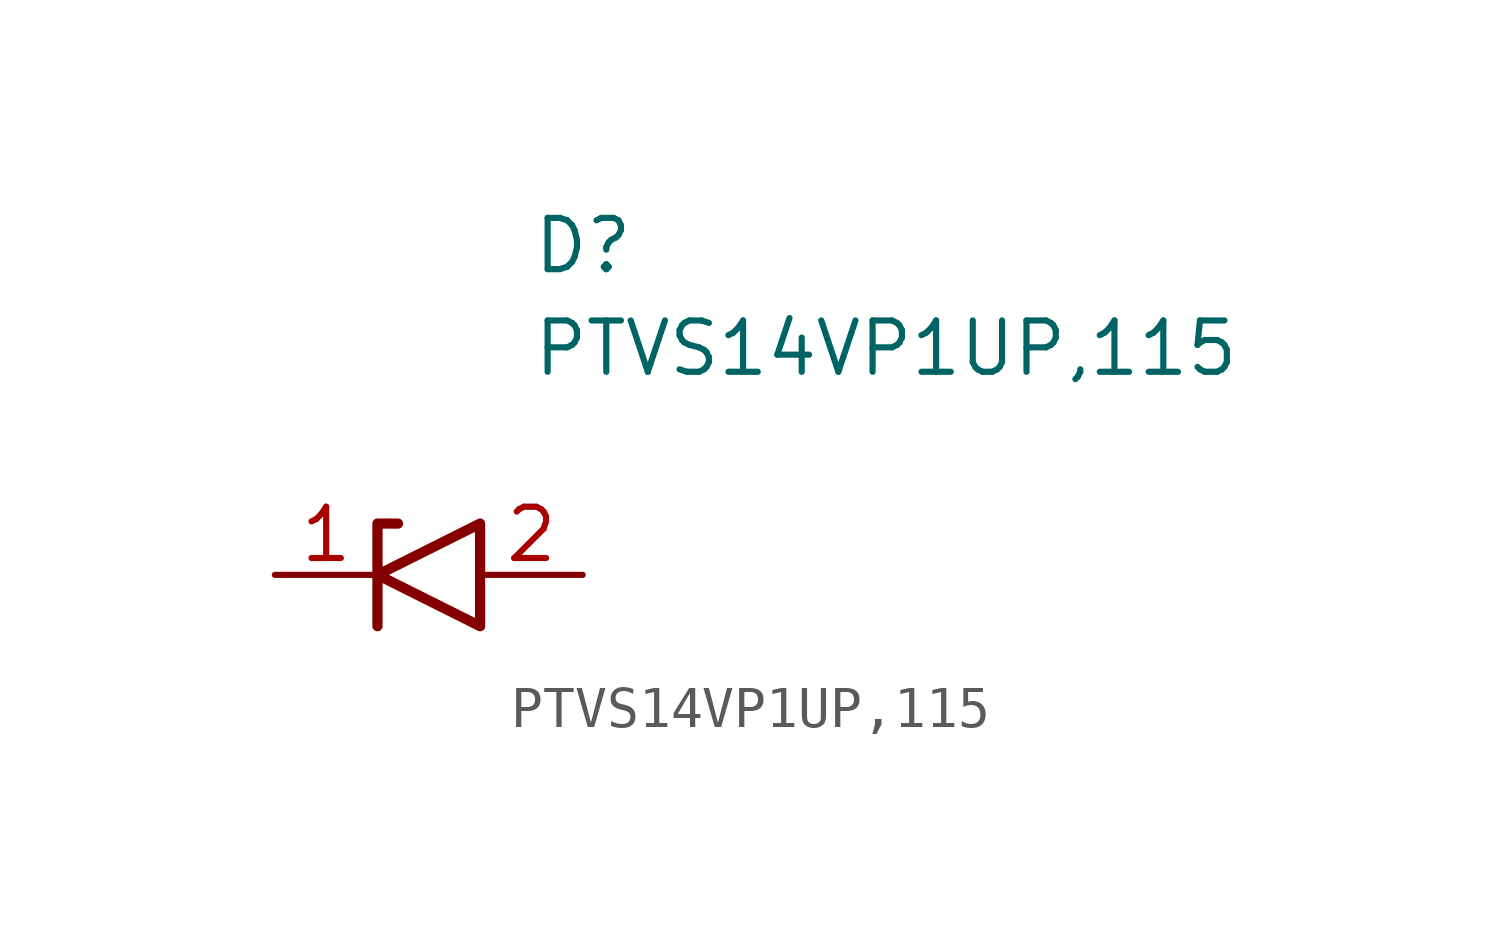
<source format=kicad_sym>
(kicad_symbol_lib
  (version 20241209)
  (generator "kicad_symbol_editor")
  (generator_version "9.0")
  (symbol "PTVS14VP1UP,115"
    (pin_names
      (hide yes))
    (property "Reference" "D"
      (at 10.16 8.89 0)
      (effects (font (size 1.27 1.27)) (justify left top)))
    (property "Value" "PTVS14VP1UP,115"
      (at 10.16 6.35 0)
      (effects (font (size 1.27 1.27)) (justify left top)))
    (symbol "PTVS14VP1UP,115_0_1"
      (polyline (pts (xy 6.858 1.27) (xy 6.35 1.27) (xy 6.35 -1.27)) (stroke (width 0.254) (type default)) (fill (type none)))
      (polyline (pts (xy 8.89 1.27) (xy 8.89 -1.27) (xy 6.35 0) (xy 8.89 1.27)) (stroke (width 0.254) (type default)) (fill (type none))))
    (symbol "PTVS14VP1UP,115_1_1"
      (pin passive line (at 3.81 0 0) (length 2.54) (name "A1" (effects (font (size 1.27 1.27)))) (number "1" (effects (font (size 1.27 1.27)))))
      (pin passive line (at 11.43 0 180) (length 2.54) (name "A2" (effects (font (size 1.27 1.27)))) (number "2" (effects (font (size 1.27 1.27))))))))
</source>
